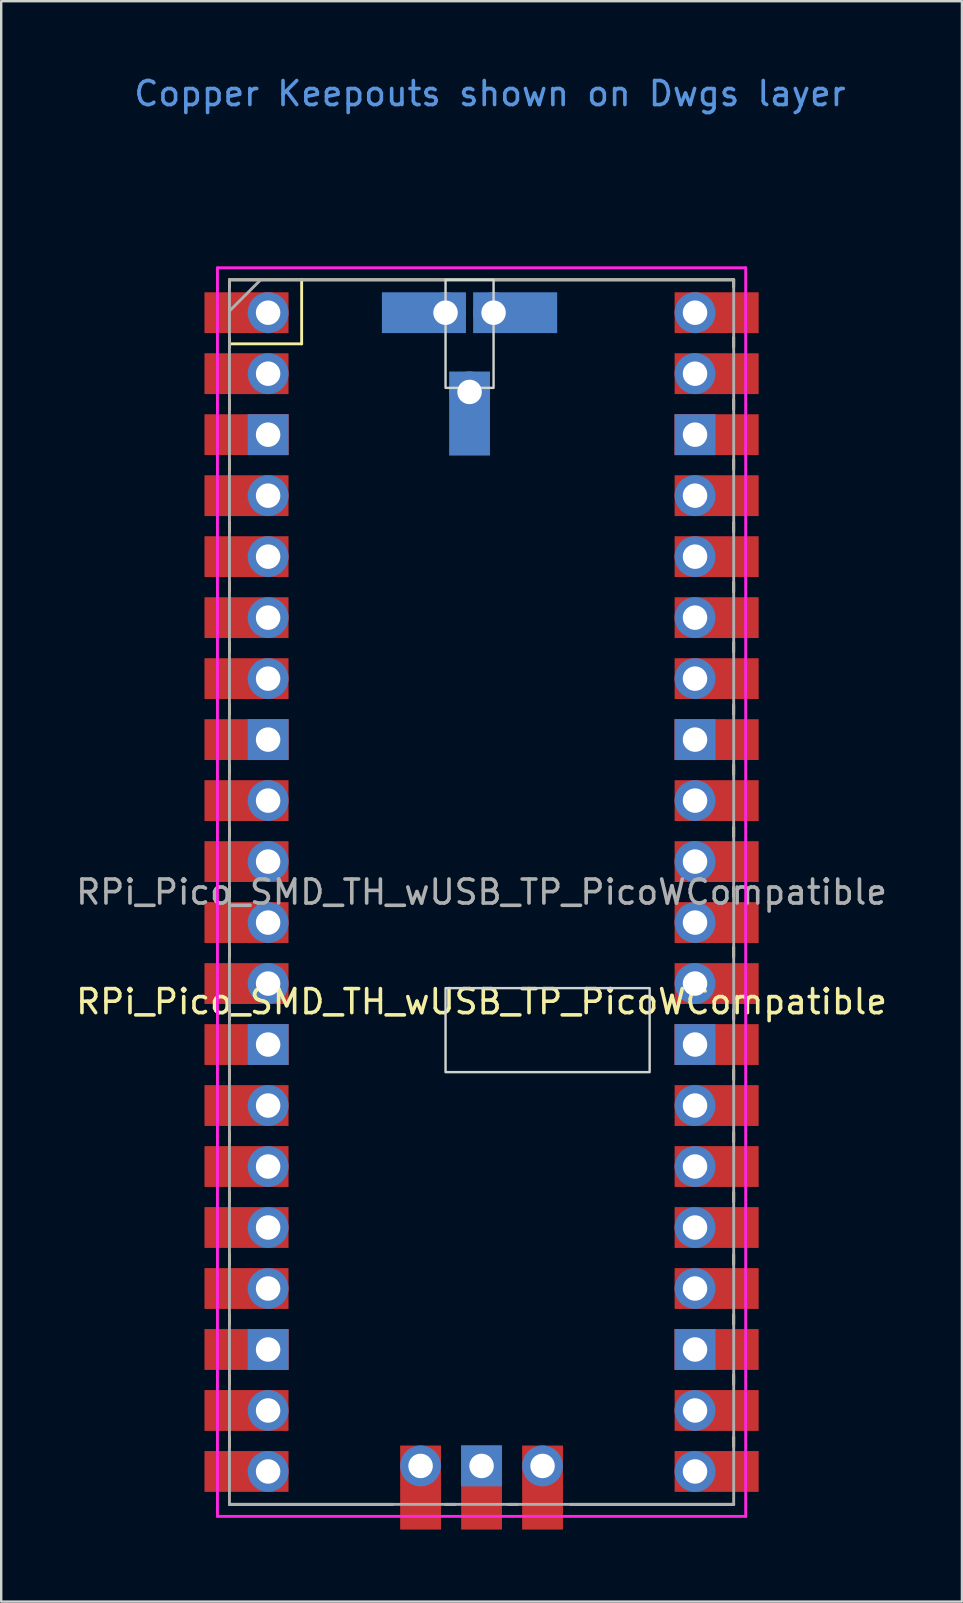
<source format=kicad_pcb>
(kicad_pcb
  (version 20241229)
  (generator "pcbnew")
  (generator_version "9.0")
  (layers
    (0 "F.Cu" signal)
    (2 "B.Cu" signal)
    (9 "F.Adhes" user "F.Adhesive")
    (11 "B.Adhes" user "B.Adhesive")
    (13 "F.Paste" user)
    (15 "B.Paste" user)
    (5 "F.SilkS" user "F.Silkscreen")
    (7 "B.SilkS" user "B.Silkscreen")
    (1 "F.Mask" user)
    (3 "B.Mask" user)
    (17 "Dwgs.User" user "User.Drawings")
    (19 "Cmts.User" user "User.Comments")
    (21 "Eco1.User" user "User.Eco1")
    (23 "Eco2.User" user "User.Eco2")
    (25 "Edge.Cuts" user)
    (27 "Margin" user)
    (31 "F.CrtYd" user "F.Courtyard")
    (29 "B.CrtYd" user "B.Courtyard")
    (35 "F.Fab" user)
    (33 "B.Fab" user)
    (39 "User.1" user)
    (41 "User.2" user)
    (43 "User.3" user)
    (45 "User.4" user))
  (footprint "RPi_Pico_SMD_TH_wUSB_TP_PicoWCompatible"
    (layer "F.Cu")
    (at 17.006 34.103)
    (property "Reference" "RPi_Pico_SMD_TH_wUSB_TP_PicoWCompatible" (at 0 4.565 0) (layer "F.SilkS") (effects (font (size 1 1) (thickness 0.15))))
    (attr through_hole)
    (fp_line (start -10.5 -25.5) (end -10.5 -25.2) (stroke (width 0.12) (type solid)) (layer "F.SilkS"))
    (fp_line (start -10.5 -25.5) (end 10.5 -25.5) (stroke (width 0.12) (type solid)) (layer "F.SilkS"))
    (fp_line (start -10.5 -23.1) (end -10.5 -22.7) (stroke (width 0.12) (type solid)) (layer "F.SilkS"))
    (fp_line (start -10.5 -22.833) (end -7.493 -22.833) (stroke (width 0.12) (type solid)) (layer "F.SilkS"))
    (fp_line (start -10.5 -20.5) (end -10.5 -20.1) (stroke (width 0.12) (type solid)) (layer "F.SilkS"))
    (fp_line (start -10.5 -18) (end -10.5 -17.6) (stroke (width 0.12) (type solid)) (layer "F.SilkS"))
    (fp_line (start -10.5 -15.4) (end -10.5 -15) (stroke (width 0.12) (type solid)) (layer "F.SilkS"))
    (fp_line (start -10.5 -12.9) (end -10.5 -12.5) (stroke (width 0.12) (type solid)) (layer "F.SilkS"))
    (fp_line (start -10.5 -10.4) (end -10.5 -10) (stroke (width 0.12) (type solid)) (layer "F.SilkS"))
    (fp_line (start -10.5 -7.8) (end -10.5 -7.4) (stroke (width 0.12) (type solid)) (layer "F.SilkS"))
    (fp_line (start -10.5 -5.3) (end -10.5 -4.9) (stroke (width 0.12) (type solid)) (layer "F.SilkS"))
    (fp_line (start -10.5 -2.7) (end -10.5 -2.3) (stroke (width 0.12) (type solid)) (layer "F.SilkS"))
    (fp_line (start -10.5 -0.2) (end -10.5 0.2) (stroke (width 0.12) (type solid)) (layer "F.SilkS"))
    (fp_line (start -10.5 2.3) (end -10.5 2.7) (stroke (width 0.12) (type solid)) (layer "F.SilkS"))
    (fp_line (start -10.5 4.9) (end -10.5 5.3) (stroke (width 0.12) (type solid)) (layer "F.SilkS"))
    (fp_line (start -10.5 7.4) (end -10.5 7.8) (stroke (width 0.12) (type solid)) (layer "F.SilkS"))
    (fp_line (start -10.5 10) (end -10.5 10.4) (stroke (width 0.12) (type solid)) (layer "F.SilkS"))
    (fp_line (start -10.5 12.5) (end -10.5 12.9) (stroke (width 0.12) (type solid)) (layer "F.SilkS"))
    (fp_line (start -10.5 15.1) (end -10.5 15.5) (stroke (width 0.12) (type solid)) (layer "F.SilkS"))
    (fp_line (start -10.5 17.6) (end -10.5 18) (stroke (width 0.12) (type solid)) (layer "F.SilkS"))
    (fp_line (start -10.5 20.1) (end -10.5 20.5) (stroke (width 0.12) (type solid)) (layer "F.SilkS"))
    (fp_line (start -10.5 22.7) (end -10.5 23.1) (stroke (width 0.12) (type solid)) (layer "F.SilkS"))
    (fp_line (start -7.493 -22.833) (end -7.493 -25.5) (stroke (width 0.12) (type solid)) (layer "F.SilkS"))
    (fp_line (start -3.7 25.5) (end -10.5 25.5) (stroke (width 0.12) (type solid)) (layer "F.SilkS"))
    (fp_line (start -1.5 25.5) (end -1.1 25.5) (stroke (width 0.12) (type solid)) (layer "F.SilkS"))
    (fp_line (start 1.1 25.5) (end 1.5 25.5) (stroke (width 0.12) (type solid)) (layer "F.SilkS"))
    (fp_line (start 10.5 -25.5) (end 10.5 -25.2) (stroke (width 0.12) (type solid)) (layer "F.SilkS"))
    (fp_line (start 10.5 -23.1) (end 10.5 -22.7) (stroke (width 0.12) (type solid)) (layer "F.SilkS"))
    (fp_line (start 10.5 -20.5) (end 10.5 -20.1) (stroke (width 0.12) (type solid)) (layer "F.SilkS"))
    (fp_line (start 10.5 -18) (end 10.5 -17.6) (stroke (width 0.12) (type solid)) (layer "F.SilkS"))
    (fp_line (start 10.5 -15.4) (end 10.5 -15) (stroke (width 0.12) (type solid)) (layer "F.SilkS"))
    (fp_line (start 10.5 -12.9) (end 10.5 -12.5) (stroke (width 0.12) (type solid)) (layer "F.SilkS"))
    (fp_line (start 10.5 -10.4) (end 10.5 -10) (stroke (width 0.12) (type solid)) (layer "F.SilkS"))
    (fp_line (start 10.5 -7.8) (end 10.5 -7.4) (stroke (width 0.12) (type solid)) (layer "F.SilkS"))
    (fp_line (start 10.5 -5.3) (end 10.5 -4.9) (stroke (width 0.12) (type solid)) (layer "F.SilkS"))
    (fp_line (start 10.5 -2.7) (end 10.5 -2.3) (stroke (width 0.12) (type solid)) (layer "F.SilkS"))
    (fp_line (start 10.5 -0.2) (end 10.5 0.2) (stroke (width 0.12) (type solid)) (layer "F.SilkS"))
    (fp_line (start 10.5 2.3) (end 10.5 2.7) (stroke (width 0.12) (type solid)) (layer "F.SilkS"))
    (fp_line (start 10.5 4.9) (end 10.5 5.3) (stroke (width 0.12) (type solid)) (layer "F.SilkS"))
    (fp_line (start 10.5 7.4) (end 10.5 7.8) (stroke (width 0.12) (type solid)) (layer "F.SilkS"))
    (fp_line (start 10.5 10) (end 10.5 10.4) (stroke (width 0.12) (type solid)) (layer "F.SilkS"))
    (fp_line (start 10.5 12.5) (end 10.5 12.9) (stroke (width 0.12) (type solid)) (layer "F.SilkS"))
    (fp_line (start 10.5 15.1) (end 10.5 15.5) (stroke (width 0.12) (type solid)) (layer "F.SilkS"))
    (fp_line (start 10.5 17.6) (end 10.5 18) (stroke (width 0.12) (type solid)) (layer "F.SilkS"))
    (fp_line (start 10.5 20.1) (end 10.5 20.5) (stroke (width 0.12) (type solid)) (layer "F.SilkS"))
    (fp_line (start 10.5 22.7) (end 10.5 23.1) (stroke (width 0.12) (type solid)) (layer "F.SilkS"))
    (fp_line (start 10.5 25.5) (end 3.7 25.5) (stroke (width 0.12) (type solid)) (layer "F.SilkS"))
    (fp_rect (start -1.5 -25.5) (end 0.5 -21) (stroke (width 0.1) (type default)) (fill no) (layer "Edge.Cuts"))
    (fp_rect (start -1.5 4) (end 7 7.5) (stroke (width 0.1) (type solid)) (fill no) (layer "Edge.Cuts"))
    (fp_line (start -11 -26) (end 11 -26) (stroke (width 0.12) (type solid)) (layer "F.CrtYd"))
    (fp_line (start -11 26) (end -11 -26) (stroke (width 0.12) (type solid)) (layer "F.CrtYd"))
    (fp_line (start 11 -26) (end 11 26) (stroke (width 0.12) (type solid)) (layer "F.CrtYd"))
    (fp_line (start 11 26) (end -11 26) (stroke (width 0.12) (type solid)) (layer "F.CrtYd"))
    (fp_line (start -10.5 -25.5) (end 10.5 -25.5) (stroke (width 0.12) (type solid)) (layer "F.Fab"))
    (fp_line (start -10.5 -24.2) (end -9.2 -25.5) (stroke (width 0.12) (type solid)) (layer "F.Fab"))
    (fp_line (start -10.5 25.5) (end -10.5 -25.5) (stroke (width 0.12) (type solid)) (layer "F.Fab"))
    (fp_line (start 10.5 -25.5) (end 10.5 25.5) (stroke (width 0.12) (type solid)) (layer "F.Fab"))
    (fp_line (start 10.5 25.5) (end -10.5 25.5) (stroke (width 0.12) (type solid)) (layer "F.Fab"))
    (fp_text user "Copper Keepouts shown on Dwgs layer" (at 0.35 -33.255 0) (layer "Cmts.User") (effects (font (size 1 1) (thickness 0.15))))
    (fp_text user "${REFERENCE}" (at 0 0 0) (layer "F.Fab") (effects (font (size 1 1) (thickness 0.15))))
    (pad "1" thru_hole oval (at -8.89 -24.13) (size 1.7 1.7) (drill 1.02) (layers "*.Cu" "*.Mask"))
    (pad "1" smd rect (at -8.89 -24.13) (size 3.5 1.7) (drill (offset -0.9 0)) (layers "F.Cu" "F.Mask"))
    (pad "2" thru_hole oval (at -8.89 -21.59) (size 1.7 1.7) (drill 1.02) (layers "*.Cu" "*.Mask"))
    (pad "2" smd rect (at -8.89 -21.59) (size 3.5 1.7) (drill (offset -0.9 0)) (layers "F.Cu" "F.Mask"))
    (pad "3" thru_hole rect (at -8.89 -19.05) (size 1.7 1.7) (drill 1.02) (layers "*.Cu" "*.Mask"))
    (pad "3" smd rect (at -8.89 -19.05) (size 3.5 1.7) (drill (offset -0.9 0)) (layers "F.Cu" "F.Mask"))
    (pad "4" thru_hole oval (at -8.89 -16.51) (size 1.7 1.7) (drill 1.02) (layers "*.Cu" "*.Mask"))
    (pad "4" smd rect (at -8.89 -16.51) (size 3.5 1.7) (drill (offset -0.9 0)) (layers "F.Cu" "F.Mask"))
    (pad "5" thru_hole oval (at -8.89 -13.97) (size 1.7 1.7) (drill 1.02) (layers "*.Cu" "*.Mask"))
    (pad "5" smd rect (at -8.89 -13.97) (size 3.5 1.7) (drill (offset -0.9 0)) (layers "F.Cu" "F.Mask"))
    (pad "6" thru_hole oval (at -8.89 -11.43) (size 1.7 1.7) (drill 1.02) (layers "*.Cu" "*.Mask"))
    (pad "6" smd rect (at -8.89 -11.43) (size 3.5 1.7) (drill (offset -0.9 0)) (layers "F.Cu" "F.Mask"))
    (pad "7" thru_hole oval (at -8.89 -8.89) (size 1.7 1.7) (drill 1.02) (layers "*.Cu" "*.Mask"))
    (pad "7" smd rect (at -8.89 -8.89) (size 3.5 1.7) (drill (offset -0.9 0)) (layers "F.Cu" "F.Mask"))
    (pad "8" thru_hole rect (at -8.89 -6.35) (size 1.7 1.7) (drill 1.02) (layers "*.Cu" "*.Mask"))
    (pad "8" smd rect (at -8.89 -6.35) (size 3.5 1.7) (drill (offset -0.9 0)) (layers "F.Cu" "F.Mask"))
    (pad "9" thru_hole oval (at -8.89 -3.81) (size 1.7 1.7) (drill 1.02) (layers "*.Cu" "*.Mask"))
    (pad "9" smd rect (at -8.89 -3.81) (size 3.5 1.7) (drill (offset -0.9 0)) (layers "F.Cu" "F.Mask"))
    (pad "10" thru_hole oval (at -8.89 -1.27) (size 1.7 1.7) (drill 1.02) (layers "*.Cu" "*.Mask"))
    (pad "10" smd rect (at -8.89 -1.27) (size 3.5 1.7) (drill (offset -0.9 0)) (layers "F.Cu" "F.Mask"))
    (pad "11" thru_hole oval (at -8.89 1.27) (size 1.7 1.7) (drill 1.02) (layers "*.Cu" "*.Mask"))
    (pad "11" smd rect (at -8.89 1.27) (size 3.5 1.7) (drill (offset -0.9 0)) (layers "F.Cu" "F.Mask"))
    (pad "12" thru_hole oval (at -8.89 3.81) (size 1.7 1.7) (drill 1.02) (layers "*.Cu" "*.Mask"))
    (pad "12" smd rect (at -8.89 3.81) (size 3.5 1.7) (drill (offset -0.9 0)) (layers "F.Cu" "F.Mask"))
    (pad "13" thru_hole rect (at -8.89 6.35) (size 1.7 1.7) (drill 1.02) (layers "*.Cu" "*.Mask"))
    (pad "13" smd rect (at -8.89 6.35) (size 3.5 1.7) (drill (offset -0.9 0)) (layers "F.Cu" "F.Mask"))
    (pad "14" thru_hole oval (at -8.89 8.89) (size 1.7 1.7) (drill 1.02) (layers "*.Cu" "*.Mask"))
    (pad "14" smd rect (at -8.89 8.89) (size 3.5 1.7) (drill (offset -0.9 0)) (layers "F.Cu" "F.Mask"))
    (pad "15" thru_hole oval (at -8.89 11.43) (size 1.7 1.7) (drill 1.02) (layers "*.Cu" "*.Mask"))
    (pad "15" smd rect (at -8.89 11.43) (size 3.5 1.7) (drill (offset -0.9 0)) (layers "F.Cu" "F.Mask"))
    (pad "16" thru_hole oval (at -8.89 13.97) (size 1.7 1.7) (drill 1.02) (layers "*.Cu" "*.Mask"))
    (pad "16" smd rect (at -8.89 13.97) (size 3.5 1.7) (drill (offset -0.9 0)) (layers "F.Cu" "F.Mask"))
    (pad "17" thru_hole oval (at -8.89 16.51) (size 1.7 1.7) (drill 1.02) (layers "*.Cu" "*.Mask"))
    (pad "17" smd rect (at -8.89 16.51) (size 3.5 1.7) (drill (offset -0.9 0)) (layers "F.Cu" "F.Mask"))
    (pad "18" thru_hole rect (at -8.89 19.05) (size 1.7 1.7) (drill 1.02) (layers "*.Cu" "*.Mask"))
    (pad "18" smd rect (at -8.89 19.05) (size 3.5 1.7) (drill (offset -0.9 0)) (layers "F.Cu" "F.Mask"))
    (pad "19" thru_hole oval (at -8.89 21.59) (size 1.7 1.7) (drill 1.02) (layers "*.Cu" "*.Mask"))
    (pad "19" smd rect (at -8.89 21.59) (size 3.5 1.7) (drill (offset -0.9 0)) (layers "F.Cu" "F.Mask"))
    (pad "20" thru_hole oval (at -8.89 24.13) (size 1.7 1.7) (drill 1.02) (layers "*.Cu" "*.Mask"))
    (pad "20" smd rect (at -8.89 24.13) (size 3.5 1.7) (drill (offset -0.9 0)) (layers "F.Cu" "F.Mask"))
    (pad "21" thru_hole oval (at 8.89 24.13) (size 1.7 1.7) (drill 1.02) (layers "*.Cu" "*.Mask"))
    (pad "21" smd rect (at 8.89 24.13) (size 3.5 1.7) (drill (offset 0.9 0)) (layers "F.Cu" "F.Mask"))
    (pad "22" thru_hole oval (at 8.89 21.59) (size 1.7 1.7) (drill 1.02) (layers "*.Cu" "*.Mask"))
    (pad "22" smd rect (at 8.89 21.59) (size 3.5 1.7) (drill (offset 0.9 0)) (layers "F.Cu" "F.Mask"))
    (pad "23" thru_hole rect (at 8.89 19.05) (size 1.7 1.7) (drill 1.02) (layers "*.Cu" "*.Mask"))
    (pad "23" smd rect (at 8.89 19.05) (size 3.5 1.7) (drill (offset 0.9 0)) (layers "F.Cu" "F.Mask"))
    (pad "24" thru_hole oval (at 8.89 16.51) (size 1.7 1.7) (drill 1.02) (layers "*.Cu" "*.Mask"))
    (pad "24" smd rect (at 8.89 16.51) (size 3.5 1.7) (drill (offset 0.9 0)) (layers "F.Cu" "F.Mask"))
    (pad "25" thru_hole oval (at 8.89 13.97) (size 1.7 1.7) (drill 1.02) (layers "*.Cu" "*.Mask"))
    (pad "25" smd rect (at 8.89 13.97) (size 3.5 1.7) (drill (offset 0.9 0)) (layers "F.Cu" "F.Mask"))
    (pad "26" thru_hole oval (at 8.89 11.43) (size 1.7 1.7) (drill 1.02) (layers "*.Cu" "*.Mask"))
    (pad "26" smd rect (at 8.89 11.43) (size 3.5 1.7) (drill (offset 0.9 0)) (layers "F.Cu" "F.Mask"))
    (pad "27" thru_hole oval (at 8.89 8.89) (size 1.7 1.7) (drill 1.02) (layers "*.Cu" "*.Mask"))
    (pad "27" smd rect (at 8.89 8.89) (size 3.5 1.7) (drill (offset 0.9 0)) (layers "F.Cu" "F.Mask"))
    (pad "28" thru_hole rect (at 8.89 6.35) (size 1.7 1.7) (drill 1.02) (layers "*.Cu" "*.Mask"))
    (pad "28" smd rect (at 8.89 6.35) (size 3.5 1.7) (drill (offset 0.9 0)) (layers "F.Cu" "F.Mask"))
    (pad "29" thru_hole oval (at 8.89 3.81) (size 1.7 1.7) (drill 1.02) (layers "*.Cu" "*.Mask"))
    (pad "29" smd rect (at 8.89 3.81) (size 3.5 1.7) (drill (offset 0.9 0)) (layers "F.Cu" "F.Mask"))
    (pad "30" thru_hole oval (at 8.89 1.27) (size 1.7 1.7) (drill 1.02) (layers "*.Cu" "*.Mask"))
    (pad "30" smd rect (at 8.89 1.27) (size 3.5 1.7) (drill (offset 0.9 0)) (layers "F.Cu" "F.Mask"))
    (pad "31" thru_hole oval (at 8.89 -1.27) (size 1.7 1.7) (drill 1.02) (layers "*.Cu" "*.Mask"))
    (pad "31" smd rect (at 8.89 -1.27) (size 3.5 1.7) (drill (offset 0.9 0)) (layers "F.Cu" "F.Mask"))
    (pad "32" thru_hole oval (at 8.89 -3.81) (size 1.7 1.7) (drill 1.02) (layers "*.Cu" "*.Mask"))
    (pad "32" smd rect (at 8.89 -3.81) (size 3.5 1.7) (drill (offset 0.9 0)) (layers "F.Cu" "F.Mask"))
    (pad "33" thru_hole rect (at 8.89 -6.35) (size 1.7 1.7) (drill 1.02) (layers "*.Cu" "*.Mask"))
    (pad "33" smd rect (at 8.89 -6.35) (size 3.5 1.7) (drill (offset 0.9 0)) (layers "F.Cu" "F.Mask"))
    (pad "34" thru_hole oval (at 8.89 -8.89) (size 1.7 1.7) (drill 1.02) (layers "*.Cu" "*.Mask"))
    (pad "34" smd rect (at 8.89 -8.89) (size 3.5 1.7) (drill (offset 0.9 0)) (layers "F.Cu" "F.Mask"))
    (pad "35" thru_hole oval (at 8.89 -11.43) (size 1.7 1.7) (drill 1.02) (layers "*.Cu" "*.Mask"))
    (pad "35" smd rect (at 8.89 -11.43) (size 3.5 1.7) (drill (offset 0.9 0)) (layers "F.Cu" "F.Mask"))
    (pad "36" thru_hole oval (at 8.89 -13.97) (size 1.7 1.7) (drill 1.02) (layers "*.Cu" "*.Mask"))
    (pad "36" smd rect (at 8.89 -13.97) (size 3.5 1.7) (drill (offset 0.9 0)) (layers "F.Cu" "F.Mask"))
    (pad "37" thru_hole oval (at 8.89 -16.51) (size 1.7 1.7) (drill 1.02) (layers "*.Cu" "*.Mask"))
    (pad "37" smd rect (at 8.89 -16.51) (size 3.5 1.7) (drill (offset 0.9 0)) (layers "F.Cu" "F.Mask"))
    (pad "38" thru_hole rect (at 8.89 -19.05) (size 1.7 1.7) (drill 1.02) (layers "*.Cu" "*.Mask"))
    (pad "38" smd rect (at 8.89 -19.05) (size 3.5 1.7) (drill (offset 0.9 0)) (layers "F.Cu" "F.Mask"))
    (pad "39" thru_hole oval (at 8.89 -21.59) (size 1.7 1.7) (drill 1.02) (layers "*.Cu" "*.Mask"))
    (pad "39" smd rect (at 8.89 -21.59) (size 3.5 1.7) (drill (offset 0.9 0)) (layers "F.Cu" "F.Mask"))
    (pad "40" thru_hole oval (at 8.89 -24.13) (size 1.7 1.7) (drill 1.02) (layers "*.Cu" "*.Mask"))
    (pad "40" smd rect (at 8.89 -24.13) (size 3.5 1.7) (drill (offset 0.9 0)) (layers "F.Cu" "F.Mask"))
    (pad "41" thru_hole oval (at -2.54 23.9) (size 1.7 1.7) (drill 1.02) (layers "*.Cu" "*.Mask"))
    (pad "41" smd rect (at -2.54 23.9 90) (size 3.5 1.7) (drill (offset -0.9 0)) (layers "F.Cu" "F.Mask"))
    (pad "42" thru_hole rect (at 0 23.9) (size 1.7 1.7) (drill 1.02) (layers "*.Cu" "*.Mask"))
    (pad "42" smd rect (at 0 23.9 90) (size 3.5 1.7) (drill (offset -0.9 0)) (layers "F.Cu" "F.Mask"))
    (pad "43" thru_hole oval (at 2.54 23.9) (size 1.7 1.7) (drill 1.02) (layers "*.Cu" "*.Mask"))
    (pad "43" smd rect (at 2.54 23.9 90) (size 3.5 1.7) (drill (offset -0.9 0)) (layers "F.Cu" "F.Mask"))
    (pad "TP1" thru_hole oval (at -0.5 -20.83 180) (size 1.7 1.7) (drill 1.02) (layers "*.Cu" "*.Mask"))
    (pad "TP1" smd rect (at -0.5 -20.83 90) (size 3.5 1.7) (drill (offset -0.9 0)) (layers "B.Cu" "B.Mask"))
    (pad "TP2" thru_hole oval (at 0.5 -24.13 180) (size 1.7 1.7) (drill 1.02) (layers "*.Cu" "*.Mask"))
    (pad "TP2" smd rect (at 0.5 -24.13 180) (size 3.5 1.7) (drill (offset -0.9 0)) (layers "B.Cu" "B.Mask"))
    (pad "TP3" thru_hole oval (at -1.5 -24.13) (size 1.7 1.7) (drill 1.02) (layers "*.Cu" "*.Mask"))
    (pad "TP3" smd rect (at -1.5 -24.13) (size 3.5 1.7) (drill (offset -0.9 0)) (layers "B.Cu" "B.Mask")))
  (gr_rect
    (start -3 -3)
    (end 37.012 63.653)
    (stroke (width 0.1) (type default))
    (fill no)
    (layer "Edge.Cuts")))
</source>
